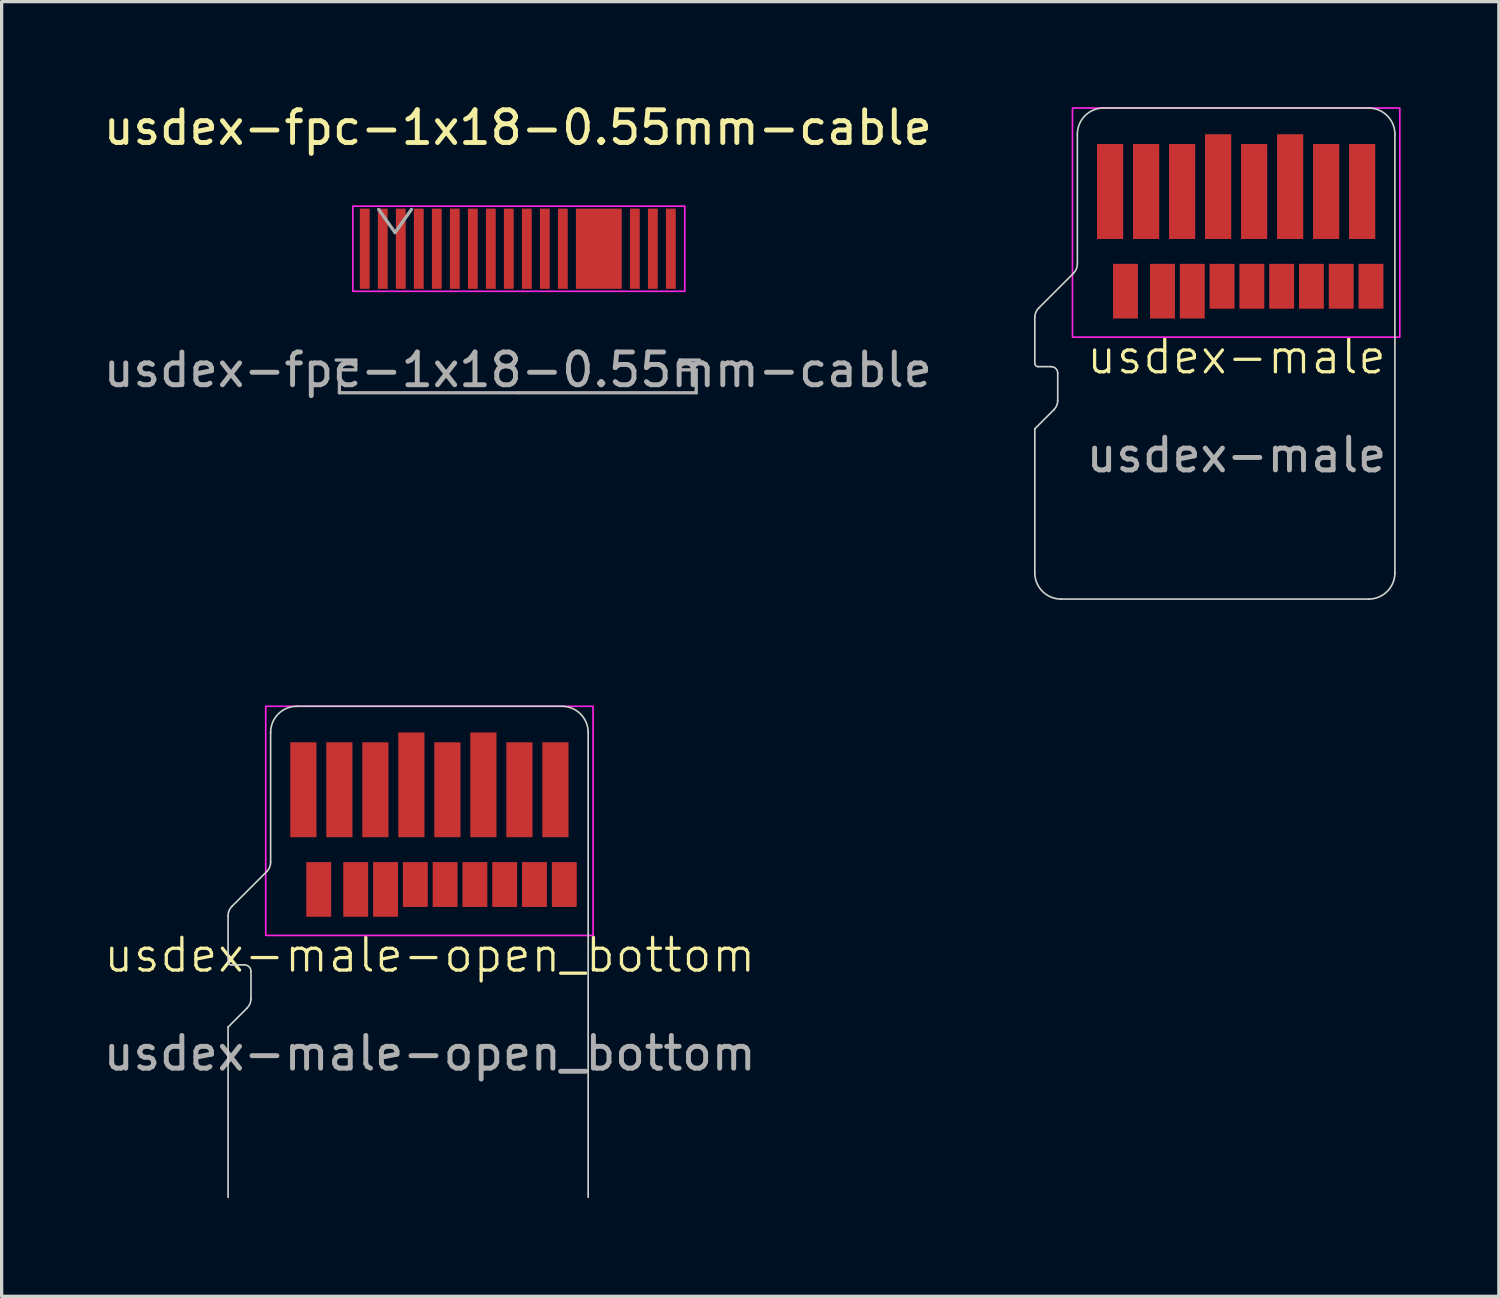
<source format=kicad_pcb>
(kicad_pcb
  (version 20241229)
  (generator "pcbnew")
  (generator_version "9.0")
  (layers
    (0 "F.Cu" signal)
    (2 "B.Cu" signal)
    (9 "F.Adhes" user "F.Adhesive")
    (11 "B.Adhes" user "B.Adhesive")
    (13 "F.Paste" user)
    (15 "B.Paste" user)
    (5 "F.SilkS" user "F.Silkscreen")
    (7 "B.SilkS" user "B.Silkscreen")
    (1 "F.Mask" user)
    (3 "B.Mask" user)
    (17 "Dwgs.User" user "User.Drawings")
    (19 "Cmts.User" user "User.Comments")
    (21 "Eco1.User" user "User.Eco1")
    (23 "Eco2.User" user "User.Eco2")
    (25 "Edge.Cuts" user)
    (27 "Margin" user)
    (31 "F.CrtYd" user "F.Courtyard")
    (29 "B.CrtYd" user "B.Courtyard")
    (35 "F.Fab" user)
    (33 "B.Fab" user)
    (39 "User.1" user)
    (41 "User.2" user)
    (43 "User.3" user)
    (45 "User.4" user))
  (footprint "usdex-male-open_bottom"
    (layer "F.Cu")
    (at 10.067 18.525)
    (property "Reference" "usdex-male-open_bottom" (at 0.01 7.6 0) (unlocked yes) (layer "F.SilkS") (effects (font (size 1 1) (thickness 0.1))))
    (fp_line (start -6.15 6.396) (end -6.15 7.8) (stroke (width 0.05) (type solid)) (layer "Edge.Cuts"))
    (fp_line (start -6.15 9.8) (end -6.15 15) (stroke (width 0.05) (type solid)) (layer "Edge.Cuts"))
    (fp_line (start -6.05 7.9) (end -5.65 7.9) (stroke (width 0.05) (type default)) (layer "Edge.Cuts"))
    (fp_line (start -5.567 9.217) (end -6.15 9.8) (stroke (width 0.05) (type solid)) (layer "Edge.Cuts"))
    (fp_line (start -5.45 8.1) (end -5.45 8.934) (stroke (width 0.05) (type solid)) (layer "Edge.Cuts"))
    (fp_line (start -4.967 5.047) (end -6.033 6.113) (stroke (width 0.05) (type solid)) (layer "Edge.Cuts"))
    (fp_line (start -4.85 4.764) (end -4.85 0.8) (stroke (width 0.05) (type default)) (layer "Edge.Cuts"))
    (fp_line (start -4.05 0) (end 4.05 0) (stroke (width 0.05) (type solid)) (layer "Edge.Cuts"))
    (fp_line (start 4.85 0.8) (end 4.85 15) (stroke (width 0.05) (type solid)) (layer "Edge.Cuts"))
    (fp_arc (start -6.15 6.395685) (mid -6.119552 6.242612) (end -6.032843 6.112843) (stroke (width 0.05) (type default)) (layer "Edge.Cuts"))
    (fp_arc (start -6.05 7.9) (mid -6.120711 7.870711) (end -6.15 7.8) (stroke (width 0.05) (type default)) (layer "Edge.Cuts"))
    (fp_arc (start -5.65 7.9) (mid -5.508579 7.958579) (end -5.45 8.1) (stroke (width 0.05) (type default)) (layer "Edge.Cuts"))
    (fp_arc (start -5.45 8.934315) (mid -5.480448 9.087389) (end -5.567158 9.217158) (stroke (width 0.05) (type default)) (layer "Edge.Cuts"))
    (fp_arc (start -4.85 0.8) (mid -4.615685 0.234315) (end -4.05 0) (stroke (width 0.05) (type solid)) (layer "Edge.Cuts"))
    (fp_arc (start -4.85 4.764315) (mid -4.880448 4.917389) (end -4.967158 5.047158) (stroke (width 0.05) (type default)) (layer "Edge.Cuts"))
    (fp_arc (start 4.05 0) (mid 4.615685 0.234315) (end 4.85 0.8) (stroke (width 0.05) (type solid)) (layer "Edge.Cuts"))
    (fp_rect (start -5 0) (end 5 7) (stroke (width 0.05) (type default)) (fill no) (layer "F.CrtYd"))
    (fp_text user "${REFERENCE}" (at 0.01 10.6 0) (unlocked yes) (layer "F.Fab") (effects (font (size 1 1) (thickness 0.15))))
    (pad "1" smd rect (at -3.85 2.55) (size 0.8 2.9) (layers "F.Cu" "F.Mask" "F.Paste"))
    (pad "2" smd rect (at -2.75 2.55) (size 0.8 2.9) (layers "F.Cu" "F.Mask" "F.Paste"))
    (pad "3" smd rect (at -1.65 2.55) (size 0.8 2.9) (layers "F.Cu" "F.Mask" "F.Paste"))
    (pad "4" smd rect (at -0.55 2.4) (size 0.8 3.2) (layers "F.Cu" "F.Mask" "F.Paste"))
    (pad "5" smd rect (at 0.55 2.55) (size 0.8 2.9) (layers "F.Cu" "F.Mask" "F.Paste"))
    (pad "6" smd rect (at 1.65 2.4) (size 0.8 3.2) (layers "F.Cu" "F.Mask" "F.Paste"))
    (pad "7" smd rect (at 2.75 2.55) (size 0.8 2.9) (layers "F.Cu" "F.Mask" "F.Paste"))
    (pad "8" smd rect (at 3.85 2.55) (size 0.8 2.9) (layers "F.Cu" "F.Mask" "F.Paste"))
    (pad "9" smd rect (at -3.38 5.595) (size 0.76 1.67) (layers "F.Cu" "F.Mask" "F.Paste"))
    (pad "10" smd rect (at -1.34 5.595) (size 0.76 1.67) (layers "F.Cu" "F.Mask" "F.Paste"))
    (pad "11" smd rect (at -0.43 5.445) (size 0.76 1.37) (layers "F.Cu" "F.Mask" "F.Paste"))
    (pad "12" smd rect (at 0.48 5.445) (size 0.76 1.37) (layers "F.Cu" "F.Mask" "F.Paste"))
    (pad "13" smd rect (at 1.39 5.445) (size 0.76 1.37) (layers "F.Cu" "F.Mask" "F.Paste"))
    (pad "14" smd rect (at 2.3 5.445) (size 0.76 1.37) (layers "F.Cu" "F.Mask" "F.Paste"))
    (pad "15" smd rect (at 3.21 5.445) (size 0.76 1.37) (layers "F.Cu" "F.Mask" "F.Paste"))
    (pad "16" smd rect (at 4.12 5.445) (size 0.76 1.37) (layers "F.Cu" "F.Mask" "F.Paste"))
    (pad "17" smd rect (at -2.25 5.595) (size 0.76 1.67) (layers "F.Cu" "F.Mask" "F.Paste")))
  (footprint "usdex-fpc-1x18-0.55mm-cable"
    (layer "F.Cu")
    (at 12.768 4.548)
    (property "Reference" "usdex-fpc-1x18-0.55mm-cable" (at 0 -3.7 0) (layer "F.SilkS") (effects (font (size 1 1) (thickness 0.15))))
    (attr smd)
    (fp_rect (start -5.04 -1.3) (end 5.1 1.3) (stroke (width 0.05) (type solid)) (fill no) (layer "F.CrtYd"))
    (fp_line (start -5.55 3.4) (end -4.95 3.4) (stroke (width 0.1) (type solid)) (layer "F.Fab"))
    (fp_line (start -5.45 3.7) (end -5.45 4.4) (stroke (width 0.1) (type solid)) (layer "F.Fab"))
    (fp_line (start -5.45 4.4) (end 0 4.4) (stroke (width 0.1) (type solid)) (layer "F.Fab"))
    (fp_line (start -4.95 3.4) (end -4.95 3.7) (stroke (width 0.1) (type solid)) (layer "F.Fab"))
    (fp_line (start -4.95 3.7) (end -5.45 3.7) (stroke (width 0.1) (type solid)) (layer "F.Fab"))
    (fp_line (start -4.25 -1.2) (end -3.75 -0.493) (stroke (width 0.1) (type solid)) (layer "F.Fab"))
    (fp_line (start -3.75 -0.493) (end -3.25 -1.2) (stroke (width 0.1) (type solid)) (layer "F.Fab"))
    (fp_line (start 4.95 3.4) (end 4.95 3.7) (stroke (width 0.1) (type solid)) (layer "F.Fab"))
    (fp_line (start 4.95 3.7) (end 5.45 3.7) (stroke (width 0.1) (type solid)) (layer "F.Fab"))
    (fp_line (start 5.45 3.7) (end 5.45 4.4) (stroke (width 0.1) (type solid)) (layer "F.Fab"))
    (fp_line (start 5.45 4.4) (end 0 4.4) (stroke (width 0.1) (type solid)) (layer "F.Fab"))
    (fp_line (start 5.55 3.4) (end 4.95 3.4) (stroke (width 0.1) (type solid)) (layer "F.Fab"))
    (fp_text user "${REFERENCE}" (at 0 3.7 0) (layer "F.Fab") (effects (font (size 1 1) (thickness 0.15))))
    (pad "1" smd rect (at -4.675 0) (size 0.3 2.45) (layers "F.Cu" "F.Mask" "F.Paste"))
    (pad "2" smd rect (at -4.125 0) (size 0.3 2.45) (layers "F.Cu" "F.Mask" "F.Paste"))
    (pad "3" smd rect (at -3.575 0) (size 0.3 2.45) (layers "F.Cu" "F.Mask" "F.Paste"))
    (pad "4" smd rect (at -3.025 0) (size 0.3 2.45) (layers "F.Cu" "F.Mask" "F.Paste"))
    (pad "5" smd rect (at -2.475 0) (size 0.3 2.45) (layers "F.Cu" "F.Mask" "F.Paste"))
    (pad "6" smd rect (at -1.925 0) (size 0.3 2.45) (layers "F.Cu" "F.Mask" "F.Paste"))
    (pad "7" smd rect (at -1.375 0) (size 0.3 2.45) (layers "F.Cu" "F.Mask" "F.Paste"))
    (pad "8" smd rect (at -0.825 0) (size 0.3 2.45) (layers "F.Cu" "F.Mask" "F.Paste"))
    (pad "9" smd rect (at -0.275 0) (size 0.3 2.45) (layers "F.Cu" "F.Mask" "F.Paste"))
    (pad "10" smd rect (at 0.275 0) (size 0.3 2.45) (layers "F.Cu" "F.Mask" "F.Paste"))
    (pad "11" smd rect (at 0.825 0) (size 0.3 2.45) (layers "F.Cu" "F.Mask" "F.Paste"))
    (pad "12" smd rect (at 1.375 0) (size 0.3 2.45) (layers "F.Cu" "F.Mask" "F.Paste"))
    (pad "13" smd rect (at 2.475 0) (size 1.4 2.45) (layers "F.Cu" "F.Mask" "F.Paste"))
    (pad "14" smd rect (at 3.575 0) (size 0.3 2.45) (layers "F.Cu" "F.Mask" "F.Paste"))
    (pad "15" smd rect (at 4.125 0) (size 0.3 2.45) (layers "F.Cu" "F.Mask" "F.Paste"))
    (pad "16" smd rect (at 4.675 0) (size 0.3 2.45) (layers "F.Cu" "F.Mask" "F.Paste")))
  (footprint "usdex-male"
    (layer "F.Cu")
    (at 34.711 0.25)
    (property "Reference" "usdex-male" (at 0.01 7.6 0) (unlocked yes) (layer "F.SilkS") (effects (font (size 1 1) (thickness 0.1))))
    (fp_line (start -6.15 6.396) (end -6.15 7.8) (stroke (width 0.05) (type solid)) (layer "Edge.Cuts"))
    (fp_line (start -6.15 9.8) (end -6.15 14.2) (stroke (width 0.05) (type default)) (layer "Edge.Cuts"))
    (fp_line (start -6.05 7.9) (end -5.65 7.9) (stroke (width 0.05) (type default)) (layer "Edge.Cuts"))
    (fp_line (start -5.567 9.217) (end -6.15 9.8) (stroke (width 0.05) (type solid)) (layer "Edge.Cuts"))
    (fp_line (start -5.45 8.1) (end -5.45 8.934) (stroke (width 0.05) (type solid)) (layer "Edge.Cuts"))
    (fp_line (start -4.967 5.047) (end -6.033 6.113) (stroke (width 0.05) (type solid)) (layer "Edge.Cuts"))
    (fp_line (start -4.85 4.764) (end -4.85 0.8) (stroke (width 0.05) (type default)) (layer "Edge.Cuts"))
    (fp_line (start -4.05 0) (end 4.05 0) (stroke (width 0.05) (type solid)) (layer "Edge.Cuts"))
    (fp_line (start 4.05 15) (end -5.35 15) (stroke (width 0.05) (type solid)) (layer "Edge.Cuts"))
    (fp_line (start 4.85 0.8) (end 4.85 14.2) (stroke (width 0.05) (type solid)) (layer "Edge.Cuts"))
    (fp_arc (start -6.15 6.395685) (mid -6.119552 6.242612) (end -6.032843 6.112843) (stroke (width 0.05) (type default)) (layer "Edge.Cuts"))
    (fp_arc (start -6.05 7.9) (mid -6.120711 7.870711) (end -6.15 7.8) (stroke (width 0.05) (type default)) (layer "Edge.Cuts"))
    (fp_arc (start -5.65 7.9) (mid -5.508579 7.958579) (end -5.45 8.1) (stroke (width 0.05) (type default)) (layer "Edge.Cuts"))
    (fp_arc (start -5.45 8.934315) (mid -5.480448 9.087389) (end -5.567158 9.217158) (stroke (width 0.05) (type default)) (layer "Edge.Cuts"))
    (fp_arc (start -5.35 15) (mid -5.915685 14.765685) (end -6.15 14.2) (stroke (width 0.05) (type solid)) (layer "Edge.Cuts"))
    (fp_arc (start -4.85 0.8) (mid -4.615685 0.234315) (end -4.05 0) (stroke (width 0.05) (type solid)) (layer "Edge.Cuts"))
    (fp_arc (start -4.85 4.764315) (mid -4.880448 4.917389) (end -4.967158 5.047158) (stroke (width 0.05) (type default)) (layer "Edge.Cuts"))
    (fp_arc (start 4.05 0) (mid 4.615685 0.234315) (end 4.85 0.8) (stroke (width 0.05) (type solid)) (layer "Edge.Cuts"))
    (fp_arc (start 4.85 14.2) (mid 4.615685 14.765685) (end 4.05 15) (stroke (width 0.05) (type solid)) (layer "Edge.Cuts"))
    (fp_rect (start -5 0) (end 5 7) (stroke (width 0.05) (type default)) (fill no) (layer "F.CrtYd"))
    (fp_text user "${REFERENCE}" (at 0.01 10.6 0) (unlocked yes) (layer "F.Fab") (effects (font (size 1 1) (thickness 0.15))))
    (pad "1" smd rect (at -3.85 2.55) (size 0.8 2.9) (layers "F.Cu" "F.Mask" "F.Paste"))
    (pad "2" smd rect (at -2.75 2.55) (size 0.8 2.9) (layers "F.Cu" "F.Mask" "F.Paste"))
    (pad "3" smd rect (at -1.65 2.55) (size 0.8 2.9) (layers "F.Cu" "F.Mask" "F.Paste"))
    (pad "4" smd rect (at -0.55 2.4) (size 0.8 3.2) (layers "F.Cu" "F.Mask" "F.Paste"))
    (pad "5" smd rect (at 0.55 2.55) (size 0.8 2.9) (layers "F.Cu" "F.Mask" "F.Paste"))
    (pad "6" smd rect (at 1.65 2.4) (size 0.8 3.2) (layers "F.Cu" "F.Mask" "F.Paste"))
    (pad "7" smd rect (at 2.75 2.55) (size 0.8 2.9) (layers "F.Cu" "F.Mask" "F.Paste"))
    (pad "8" smd rect (at 3.85 2.55) (size 0.8 2.9) (layers "F.Cu" "F.Mask" "F.Paste"))
    (pad "9" smd rect (at -3.38 5.595) (size 0.76 1.67) (layers "F.Cu" "F.Mask" "F.Paste"))
    (pad "10" smd rect (at -1.34 5.595) (size 0.76 1.67) (layers "F.Cu" "F.Mask" "F.Paste"))
    (pad "11" smd rect (at -0.43 5.445) (size 0.76 1.37) (layers "F.Cu" "F.Mask" "F.Paste"))
    (pad "12" smd rect (at 0.48 5.445) (size 0.76 1.37) (layers "F.Cu" "F.Mask" "F.Paste"))
    (pad "13" smd rect (at 1.39 5.445) (size 0.76 1.37) (layers "F.Cu" "F.Mask" "F.Paste"))
    (pad "14" smd rect (at 2.3 5.445) (size 0.76 1.37) (layers "F.Cu" "F.Mask" "F.Paste"))
    (pad "15" smd rect (at 3.21 5.445) (size 0.76 1.37) (layers "F.Cu" "F.Mask" "F.Paste"))
    (pad "16" smd rect (at 4.12 5.445) (size 0.76 1.37) (layers "F.Cu" "F.Mask" "F.Paste"))
    (pad "17" smd rect (at -2.25 5.595) (size 0.76 1.67) (layers "F.Cu" "F.Mask" "F.Paste")))
  (gr_rect
    (start -3 -3)
    (end 42.736 36.55)
    (stroke (width 0.1) (type default))
    (fill no)
    (layer "Edge.Cuts")))
</source>
